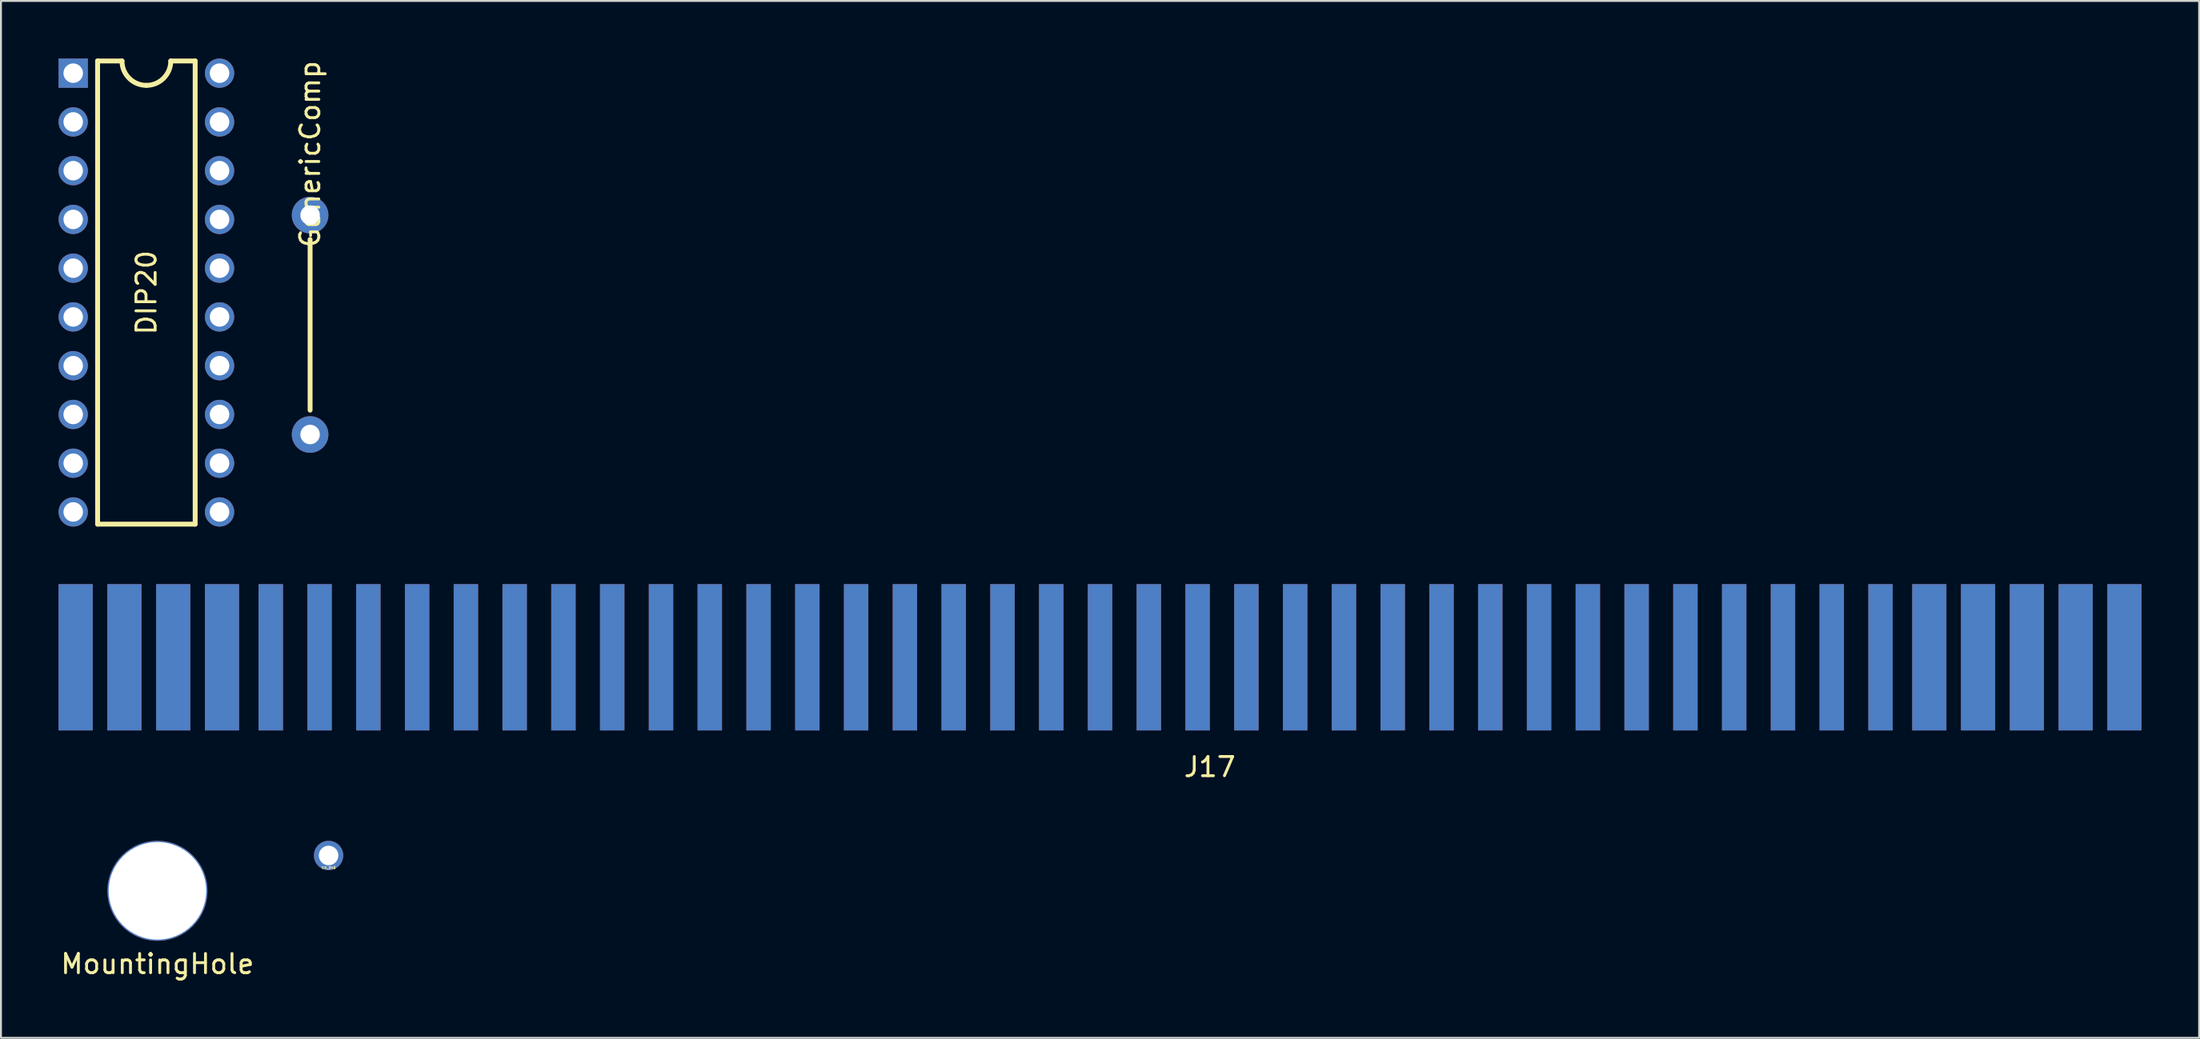
<source format=kicad_pcb>
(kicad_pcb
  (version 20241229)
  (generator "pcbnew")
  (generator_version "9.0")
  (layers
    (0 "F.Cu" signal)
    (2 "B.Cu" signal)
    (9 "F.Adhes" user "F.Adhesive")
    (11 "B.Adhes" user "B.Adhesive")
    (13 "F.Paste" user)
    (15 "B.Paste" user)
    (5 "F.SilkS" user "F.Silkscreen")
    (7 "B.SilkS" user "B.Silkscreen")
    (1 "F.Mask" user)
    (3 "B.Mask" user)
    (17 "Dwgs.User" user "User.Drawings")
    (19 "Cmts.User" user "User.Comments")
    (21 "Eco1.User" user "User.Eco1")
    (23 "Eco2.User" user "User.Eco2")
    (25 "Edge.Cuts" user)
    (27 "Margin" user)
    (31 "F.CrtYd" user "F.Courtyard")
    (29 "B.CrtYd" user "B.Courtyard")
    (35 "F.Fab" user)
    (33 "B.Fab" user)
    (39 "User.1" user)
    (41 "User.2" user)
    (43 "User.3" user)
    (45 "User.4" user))
  (footprint "DIP20"
    (layer "F.Cu")
    (at 4.572 12.192)
    (property "Reference" "DIP20" (at 0 0 90) (layer "F.SilkS") (effects (font (size 1 1) (thickness 0.15))))
    (attr through_hole)
    (fp_line (start -2.54 -12.065) (end -2.54 12.065) (stroke (width 0.254) (type solid)) (layer "F.SilkS"))
    (fp_line (start -2.54 12.065) (end 2.54 12.065) (stroke (width 0.254) (type solid)) (layer "F.SilkS"))
    (fp_line (start -1.27 -12.065) (end -2.54 -12.065) (stroke (width 0.254) (type solid)) (layer "F.SilkS"))
    (fp_line (start 2.54 -12.065) (end 1.27 -12.065) (stroke (width 0.254) (type solid)) (layer "F.SilkS"))
    (fp_line (start 2.54 12.065) (end 2.54 -12.065) (stroke (width 0.254) (type solid)) (layer "F.SilkS"))
    (fp_arc (start 0 -10.795) (mid -0.898026 -11.166974) (end -1.27 -12.065) (stroke (width 0.254) (type solid)) (layer "F.SilkS"))
    (fp_arc (start 1.27 -12.065) (mid 0.898026 -11.166974) (end 0 -10.795) (stroke (width 0.254) (type solid)) (layer "F.SilkS"))
    (pad "1" thru_hole rect (at -3.81 -11.43) (size 1.524 1.524) (drill 1.016) (layers "*.Cu" "*.Mask"))
    (pad "2" thru_hole circle (at -3.81 -8.89) (size 1.524 1.524) (drill 1.016) (layers "*.Cu" "*.Mask"))
    (pad "3" thru_hole circle (at -3.81 -6.35) (size 1.524 1.524) (drill 1.016) (layers "*.Cu" "*.Mask"))
    (pad "4" thru_hole circle (at -3.81 -3.81) (size 1.524 1.524) (drill 1.016) (layers "*.Cu" "*.Mask"))
    (pad "5" thru_hole circle (at -3.81 -1.27) (size 1.524 1.524) (drill 1.016) (layers "*.Cu" "*.Mask"))
    (pad "6" thru_hole circle (at -3.81 1.27) (size 1.524 1.524) (drill 1.016) (layers "*.Cu" "*.Mask"))
    (pad "7" thru_hole circle (at -3.81 3.81) (size 1.524 1.524) (drill 1.016) (layers "*.Cu" "*.Mask"))
    (pad "8" thru_hole circle (at -3.81 6.35) (size 1.524 1.524) (drill 1.016) (layers "*.Cu" "*.Mask"))
    (pad "9" thru_hole circle (at -3.81 8.89) (size 1.524 1.524) (drill 1.016) (layers "*.Cu" "*.Mask"))
    (pad "10" thru_hole circle (at -3.81 11.43) (size 1.524 1.524) (drill 1.016) (layers "*.Cu" "*.Mask"))
    (pad "11" thru_hole circle (at 3.81 11.43) (size 1.524 1.524) (drill 1.016) (layers "*.Cu" "*.Mask"))
    (pad "12" thru_hole circle (at 3.81 8.89) (size 1.524 1.524) (drill 1.016) (layers "*.Cu" "*.Mask"))
    (pad "13" thru_hole circle (at 3.81 6.35) (size 1.524 1.524) (drill 1.016) (layers "*.Cu" "*.Mask"))
    (pad "14" thru_hole circle (at 3.81 3.81) (size 1.524 1.524) (drill 1.016) (layers "*.Cu" "*.Mask"))
    (pad "15" thru_hole circle (at 3.81 1.27) (size 1.524 1.524) (drill 1.016) (layers "*.Cu" "*.Mask"))
    (pad "16" thru_hole circle (at 3.81 -1.27) (size 1.524 1.524) (drill 1.016) (layers "*.Cu" "*.Mask"))
    (pad "17" thru_hole circle (at 3.81 -3.81) (size 1.524 1.524) (drill 1.016) (layers "*.Cu" "*.Mask"))
    (pad "18" thru_hole circle (at 3.81 -6.35) (size 1.524 1.524) (drill 1.016) (layers "*.Cu" "*.Mask"))
    (pad "19" thru_hole circle (at 3.81 -8.89) (size 1.524 1.524) (drill 1.016) (layers "*.Cu" "*.Mask"))
    (pad "20" thru_hole circle (at 3.81 -11.43) (size 1.524 1.524) (drill 1.016) (layers "*.Cu" "*.Mask")))
  (footprint "GenericComp"
    (layer "F.Cu")
    (at 13.097 14.507)
    (property "Reference" "GenericComp" (at 0 -9.525 90) (unlocked yes) (layer "F.SilkS") (effects (font (size 1 1) (thickness 0.15))))
    (attr through_hole)
    (fp_line (start 0 -5.08) (end 0 3.81) (stroke (width 0.254) (type solid)) (layer "F.SilkS"))
    (pad "1" thru_hole circle (at 0 5.08) (size 1.905 1.905) (drill 1.016) (layers "*.Cu" "*.Mask"))
    (pad "2" thru_hole circle (at 0 -6.35) (size 1.905 1.905) (drill 1.016) (layers "*.Cu" "*.Mask")))
  (footprint "VIA_040"
    (layer "F.Cu")
    (at 14.06 41.519)
    (property "Reference" "VIA_040" (at 0 0.635 0) (layer "F.SilkS") (effects (font (size 0.127 0.127) (thickness 0.025))))
    (attr through_hole)
    (pad "1" thru_hole circle (at 0 0) (size 1.524 1.524) (drill 1.016) (layers "*.Cu" "*.Mask")))
  (footprint "J17"
    (layer "F.Cu")
    (at 58.039 32.464)
    (property "Reference" "J17" (at 1.905 4.445 0) (layer "F.SilkS") (effects (font (size 1 1) (thickness 0.15))))
    (attr through_hole)
    (pad "1" connect trapezoid (at 49.53 -1.27) (size 1.778 7.62) (layers "B.Cu" "B.Mask"))
    (pad "2" connect trapezoid (at 49.53 -1.27) (size 1.778 7.62) (layers "F.Cu" "F.Mask"))
    (pad "3" connect trapezoid (at 46.99 -1.27) (size 1.778 7.62) (layers "B.Cu" "B.Mask"))
    (pad "4" connect trapezoid (at 46.99 -1.27) (size 1.778 7.62) (layers "F.Cu" "F.Mask"))
    (pad "5" connect trapezoid (at 44.45 -1.27) (size 1.778 7.62) (layers "B.Cu" "B.Mask"))
    (pad "6" connect trapezoid (at 44.45 -1.27) (size 1.778 7.62) (layers "F.Cu" "F.Mask"))
    (pad "7" connect trapezoid (at 41.91 -1.27) (size 1.778 7.62) (layers "B.Cu" "B.Mask"))
    (pad "8" connect trapezoid (at 41.91 -1.27) (size 1.778 7.62) (layers "F.Cu" "F.Mask"))
    (pad "9" connect trapezoid (at 39.37 -1.27) (size 1.778 7.62) (layers "B.Cu" "B.Mask"))
    (pad "10" connect trapezoid (at 39.37 -1.27) (size 1.778 7.62) (layers "F.Cu" "F.Mask"))
    (pad "11" connect trapezoid (at 36.83 -1.27) (size 1.27 7.62) (layers "B.Cu" "B.Mask"))
    (pad "12" connect trapezoid (at 36.83 -1.27) (size 1.27 7.62) (layers "F.Cu" "F.Mask"))
    (pad "13" connect trapezoid (at 34.29 -1.27) (size 1.27 7.62) (layers "B.Cu" "B.Mask"))
    (pad "14" connect trapezoid (at 34.29 -1.27) (size 1.27 7.62) (layers "F.Cu" "F.Mask"))
    (pad "15" connect trapezoid (at 31.75 -1.27) (size 1.27 7.62) (layers "B.Cu" "B.Mask"))
    (pad "16" connect trapezoid (at 31.75 -1.27) (size 1.27 7.62) (layers "F.Cu" "F.Mask"))
    (pad "17" connect trapezoid (at 29.21 -1.27) (size 1.27 7.62) (layers "B.Cu" "B.Mask"))
    (pad "18" connect trapezoid (at 29.21 -1.27) (size 1.27 7.62) (layers "F.Cu" "F.Mask"))
    (pad "19" connect trapezoid (at 26.67 -1.27) (size 1.27 7.62) (layers "B.Cu" "B.Mask"))
    (pad "20" connect trapezoid (at 26.67 -1.27) (size 1.27 7.62) (layers "F.Cu" "F.Mask"))
    (pad "21" connect trapezoid (at 24.13 -1.27) (size 1.27 7.62) (layers "B.Cu" "B.Mask"))
    (pad "22" connect trapezoid (at 24.13 -1.27) (size 1.27 7.62) (layers "F.Cu" "F.Mask"))
    (pad "23" connect trapezoid (at 21.59 -1.27) (size 1.27 7.62) (layers "B.Cu" "B.Mask"))
    (pad "24" connect trapezoid (at 21.59 -1.27) (size 1.27 7.62) (layers "F.Cu" "F.Mask"))
    (pad "25" connect trapezoid (at 19.05 -1.27) (size 1.27 7.62) (layers "B.Cu" "B.Mask"))
    (pad "26" connect trapezoid (at 19.05 -1.27) (size 1.27 7.62) (layers "F.Cu" "F.Mask"))
    (pad "27" connect trapezoid (at 16.51 -1.27) (size 1.27 7.62) (layers "B.Cu" "B.Mask"))
    (pad "28" connect trapezoid (at 16.51 -1.27) (size 1.27 7.62) (layers "F.Cu" "F.Mask"))
    (pad "29" connect trapezoid (at 13.97 -1.27) (size 1.27 7.62) (layers "B.Cu" "B.Mask"))
    (pad "30" connect trapezoid (at 13.97 -1.27) (size 1.27 7.62) (layers "F.Cu" "F.Mask"))
    (pad "31" connect trapezoid (at 11.43 -1.27) (size 1.27 7.62) (layers "B.Cu" "B.Mask"))
    (pad "32" connect trapezoid (at 11.43 -1.27) (size 1.27 7.62) (layers "F.Cu" "F.Mask"))
    (pad "33" connect trapezoid (at 8.89 -1.27) (size 1.27 7.62) (layers "B.Cu" "B.Mask"))
    (pad "34" connect trapezoid (at 8.89 -1.27) (size 1.27 7.62) (layers "F.Cu" "F.Mask"))
    (pad "35" connect trapezoid (at 6.35 -1.27) (size 1.27 7.62) (layers "B.Cu" "B.Mask"))
    (pad "36" connect trapezoid (at 6.35 -1.27) (size 1.27 7.62) (layers "F.Cu" "F.Mask"))
    (pad "37" connect trapezoid (at 3.81 -1.27) (size 1.27 7.62) (layers "B.Cu" "B.Mask"))
    (pad "38" connect trapezoid (at 3.81 -1.27) (size 1.27 7.62) (layers "F.Cu" "F.Mask"))
    (pad "39" connect trapezoid (at 1.27 -1.27) (size 1.27 7.62) (layers "B.Cu" "B.Mask"))
    (pad "40" connect trapezoid (at 1.27 -1.27) (size 1.27 7.62) (layers "F.Cu" "F.Mask"))
    (pad "41" connect trapezoid (at -1.27 -1.27) (size 1.27 7.62) (layers "B.Cu" "B.Mask"))
    (pad "42" connect trapezoid (at -1.27 -1.27) (size 1.27 7.62) (layers "F.Cu" "F.Mask"))
    (pad "43" connect trapezoid (at -3.81 -1.27) (size 1.27 7.62) (layers "B.Cu" "B.Mask"))
    (pad "44" connect trapezoid (at -3.81 -1.27) (size 1.27 7.62) (layers "F.Cu" "F.Mask"))
    (pad "45" connect trapezoid (at -6.35 -1.27) (size 1.27 7.62) (layers "B.Cu" "B.Mask"))
    (pad "46" connect trapezoid (at -6.35 -1.27) (size 1.27 7.62) (layers "F.Cu" "F.Mask"))
    (pad "47" connect trapezoid (at -8.89 -1.27) (size 1.27 7.62) (layers "B.Cu" "B.Mask"))
    (pad "48" connect trapezoid (at -8.89 -1.27) (size 1.27 7.62) (layers "F.Cu" "F.Mask"))
    (pad "49" connect trapezoid (at -11.43 -1.27) (size 1.27 7.62) (layers "B.Cu" "B.Mask"))
    (pad "50" connect trapezoid (at -11.43 -1.27) (size 1.27 7.62) (layers "F.Cu" "F.Mask"))
    (pad "51" connect trapezoid (at -13.97 -1.27) (size 1.27 7.62) (layers "B.Cu" "B.Mask"))
    (pad "52" connect trapezoid (at -13.97 -1.27) (size 1.27 7.62) (layers "F.Cu" "F.Mask"))
    (pad "53" connect trapezoid (at -16.51 -1.27) (size 1.27 7.62) (layers "B.Cu" "B.Mask"))
    (pad "54" connect trapezoid (at -16.51 -1.27) (size 1.27 7.62) (layers "F.Cu" "F.Mask"))
    (pad "55" connect trapezoid (at -19.05 -1.27) (size 1.27 7.62) (layers "B.Cu" "B.Mask"))
    (pad "56" connect trapezoid (at -19.05 -1.27) (size 1.27 7.62) (layers "F.Cu" "F.Mask"))
    (pad "57" connect trapezoid (at -21.59 -1.27) (size 1.27 7.62) (layers "B.Cu" "B.Mask"))
    (pad "58" connect trapezoid (at -21.59 -1.27) (size 1.27 7.62) (layers "F.Cu" "F.Mask"))
    (pad "59" connect trapezoid (at -24.13 -1.27) (size 1.27 7.62) (layers "B.Cu" "B.Mask"))
    (pad "60" connect trapezoid (at -24.13 -1.27) (size 1.27 7.62) (layers "F.Cu" "F.Mask"))
    (pad "61" connect trapezoid (at -26.67 -1.27) (size 1.27 7.62) (layers "B.Cu" "B.Mask"))
    (pad "62" connect trapezoid (at -26.67 -1.27) (size 1.27 7.62) (layers "F.Cu" "F.Mask"))
    (pad "63" connect trapezoid (at -29.21 -1.27) (size 1.27 7.62) (layers "B.Cu" "B.Mask"))
    (pad "64" connect trapezoid (at -29.21 -1.27) (size 1.27 7.62) (layers "F.Cu" "F.Mask"))
    (pad "65" connect trapezoid (at -31.75 -1.27) (size 1.27 7.62) (layers "B.Cu" "B.Mask"))
    (pad "66" connect trapezoid (at -31.75 -1.27) (size 1.27 7.62) (layers "F.Cu" "F.Mask"))
    (pad "67" connect trapezoid (at -34.29 -1.27) (size 1.27 7.62) (layers "B.Cu" "B.Mask"))
    (pad "68" connect trapezoid (at -34.29 -1.27) (size 1.27 7.62) (layers "F.Cu" "F.Mask"))
    (pad "69" connect trapezoid (at -36.83 -1.27) (size 1.27 7.62) (layers "B.Cu" "B.Mask"))
    (pad "70" connect trapezoid (at -36.83 -1.27) (size 1.27 7.62) (layers "F.Cu" "F.Mask"))
    (pad "71" connect trapezoid (at -39.37 -1.27) (size 1.27 7.62) (layers "B.Cu" "B.Mask"))
    (pad "72" connect trapezoid (at -39.37 -1.27) (size 1.27 7.62) (layers "F.Cu" "F.Mask"))
    (pad "73" connect trapezoid (at -41.91 -1.27) (size 1.27 7.62) (layers "B.Cu" "B.Mask"))
    (pad "74" connect trapezoid (at -41.91 -1.27) (size 1.27 7.62) (layers "F.Cu" "F.Mask"))
    (pad "75" connect trapezoid (at -44.45 -1.27) (size 1.27 7.62) (layers "B.Cu" "B.Mask"))
    (pad "76" connect trapezoid (at -44.45 -1.27) (size 1.27 7.62) (layers "F.Cu" "F.Mask"))
    (pad "77" connect trapezoid (at -46.99 -1.27) (size 1.27 7.62) (layers "B.Cu" "B.Mask"))
    (pad "78" connect trapezoid (at -46.99 -1.27) (size 1.27 7.62) (layers "F.Cu" "F.Mask"))
    (pad "79" connect trapezoid (at -49.53 -1.27) (size 1.778 7.62) (layers "B.Cu" "B.Mask"))
    (pad "80" connect trapezoid (at -49.53 -1.27) (size 1.778 7.62) (layers "F.Cu" "F.Mask"))
    (pad "81" connect trapezoid (at -52.07 -1.27) (size 1.778 7.62) (layers "B.Cu" "B.Mask"))
    (pad "82" connect trapezoid (at -52.07 -1.27) (size 1.778 7.62) (layers "F.Cu" "F.Mask"))
    (pad "83" connect trapezoid (at -54.61 -1.27) (size 1.778 7.62) (layers "B.Cu" "B.Mask"))
    (pad "84" connect trapezoid (at -54.61 -1.27) (size 1.778 7.62) (layers "F.Cu" "F.Mask"))
    (pad "85" connect trapezoid (at -57.15 -1.27) (size 1.778 7.62) (layers "B.Cu" "B.Mask"))
    (pad "86" connect trapezoid (at -57.15 -1.27) (size 1.778 7.62) (layers "F.Cu" "F.Mask")))
  (footprint "MountingHole"
    (layer "F.Cu")
    (at 5.149 43.361)
    (property "Reference" "MountingHole" (at 0 3.81 0) (layer "F.SilkS") (effects (font (size 1 1) (thickness 0.15))))
    (attr through_hole)
    (pad "1" thru_hole circle (at 0 0) (size 5.207 5.207) (drill 5.08) (layers "*.Cu" "*.Mask")))
  (gr_rect
    (start -3 -3)
    (end 111.458 51.019)
    (stroke (width 0.1) (type default))
    (fill no)
    (layer "Edge.Cuts")))
</source>
